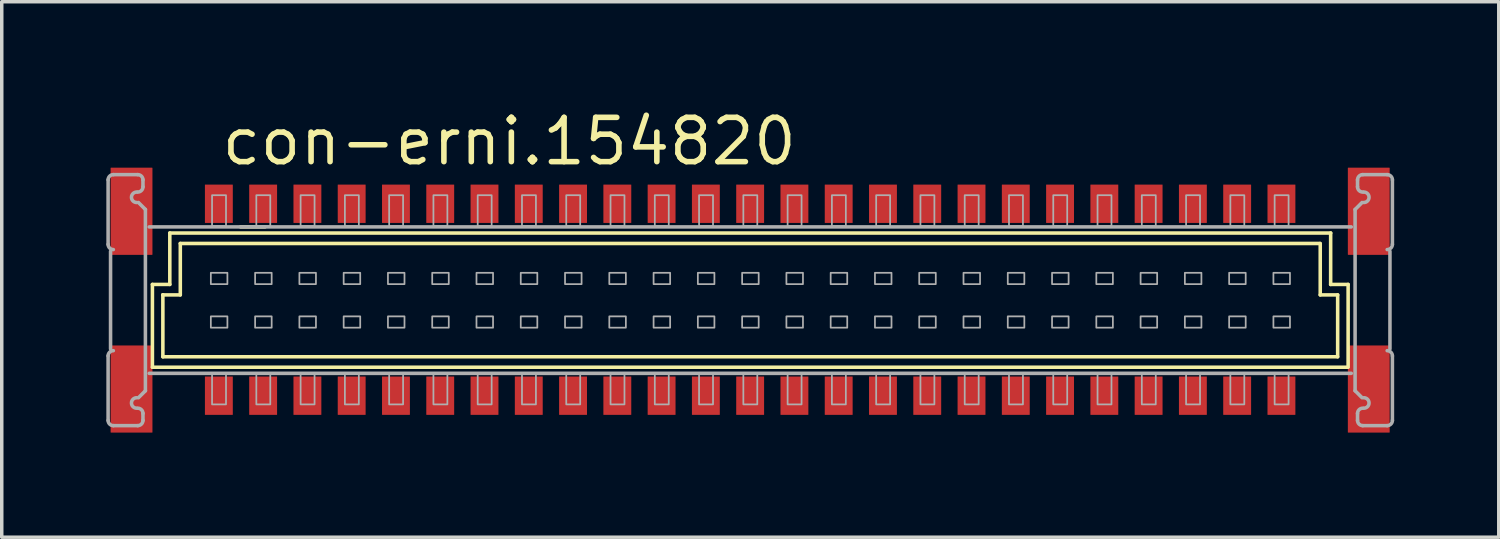
<source format=kicad_pcb>
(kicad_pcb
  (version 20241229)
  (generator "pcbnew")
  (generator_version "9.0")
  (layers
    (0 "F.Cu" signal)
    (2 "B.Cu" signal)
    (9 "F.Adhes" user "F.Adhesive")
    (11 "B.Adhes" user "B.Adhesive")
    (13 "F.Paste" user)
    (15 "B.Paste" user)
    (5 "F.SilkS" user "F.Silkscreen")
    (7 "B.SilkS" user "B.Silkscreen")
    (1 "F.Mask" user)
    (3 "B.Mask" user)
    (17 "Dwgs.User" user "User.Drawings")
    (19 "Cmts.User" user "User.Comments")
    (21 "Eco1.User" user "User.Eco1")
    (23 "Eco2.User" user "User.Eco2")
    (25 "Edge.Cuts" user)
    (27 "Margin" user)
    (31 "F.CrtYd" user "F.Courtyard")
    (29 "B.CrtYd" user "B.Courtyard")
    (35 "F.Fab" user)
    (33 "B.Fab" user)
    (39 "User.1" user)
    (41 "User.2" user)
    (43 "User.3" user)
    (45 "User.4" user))
  (footprint "con-erni.154820"
    (layer "F.Cu")
    (at 18.468 5.56)
    (property "Reference" "con-erni.154820" (at -15.24 -3.81 0) (layer "F.SilkS") (effects (font (size 1.27 1.27) (thickness 0.16)) (justify left bottom)))
    (attr smd)
    (fp_line (start -17.146 1.924) (end -17.146 -0.451) (stroke (width 0.102) (type default)) (layer "F.SilkS"))
    (fp_line (start -16.846 -0.151) (end -16.847 -0.151) (stroke (width 0.102) (type default)) (layer "F.SilkS"))
    (fp_line (start -16.846 1.624) (end -16.846 -0.151) (stroke (width 0.102) (type default)) (layer "F.SilkS"))
    (fp_line (start -16.846 1.624) (end 16.852 1.624) (stroke (width 0.102) (type default)) (layer "F.SilkS"))
    (fp_line (start -16.647 -1.926) (end -16.647 -0.451) (stroke (width 0.102) (type default)) (layer "F.SilkS"))
    (fp_line (start -16.647 -0.451) (end -17.146 -0.451) (stroke (width 0.102) (type default)) (layer "F.SilkS"))
    (fp_line (start -16.347 -0.151) (end -16.846 -0.151) (stroke (width 0.102) (type default)) (layer "F.SilkS"))
    (fp_line (start -16.346 -0.151) (end -16.346 -1.626) (stroke (width 0.102) (type default)) (layer "F.SilkS"))
    (fp_line (start -14.617 -2.101) (end -13.917 -2.101) (stroke (width 0.102) (type default)) (layer "F.SilkS"))
    (fp_line (start 16.343 -1.626) (end -16.346 -1.626) (stroke (width 0.102) (type default)) (layer "F.SilkS"))
    (fp_line (start 16.353 -0.151) (end 16.353 -1.626) (stroke (width 0.102) (type default)) (layer "F.SilkS"))
    (fp_line (start 16.652 -0.451) (end 16.652 -1.926) (stroke (width 0.102) (type default)) (layer "F.SilkS"))
    (fp_line (start 16.652 -0.451) (end 17.152 -0.451) (stroke (width 0.102) (type default)) (layer "F.SilkS"))
    (fp_line (start 16.653 -1.926) (end -16.647 -1.926) (stroke (width 0.102) (type default)) (layer "F.SilkS"))
    (fp_line (start 16.853 -0.151) (end 16.353 -0.151) (stroke (width 0.102) (type default)) (layer "F.SilkS"))
    (fp_line (start 16.853 1.624) (end 16.853 -0.151) (stroke (width 0.102) (type default)) (layer "F.SilkS"))
    (fp_line (start 17.133 1.924) (end -17.146 1.924) (stroke (width 0.102) (type default)) (layer "F.SilkS"))
    (fp_line (start 17.153 1.924) (end 17.153 -0.451) (stroke (width 0.102) (type default)) (layer "F.SilkS"))
    (fp_circle (center -17.447 -0.008) (end -16.646 -0.008) (stroke (width 0.001) (type default)) (fill no) (layer "F.SilkS"))
    (fp_circle (center 17.453 -0.008) (end 18.253 -0.008) (stroke (width 0.001) (type default)) (fill no) (layer "F.SilkS"))
    (fp_line (start -18.417 -1.601) (end -18.417 -3.451) (stroke (width 0.102) (type default)) (layer "F.Fab"))
    (fp_line (start -18.417 3.449) (end -18.417 1.599) (stroke (width 0.102) (type default)) (layer "F.Fab"))
    (fp_line (start -18.347 -1.401) (end -18.347 1.399) (stroke (width 0.102) (type default)) (layer "F.Fab"))
    (fp_line (start -18.267 -3.601) (end -17.567 -3.601) (stroke (width 0.102) (type default)) (layer "F.Fab"))
    (fp_line (start -17.567 3.599) (end -18.267 3.599) (stroke (width 0.102) (type default)) (layer "F.Fab"))
    (fp_line (start -17.547 -2.801) (end -17.347 -2.601) (stroke (width 0.102) (type default)) (layer "F.Fab"))
    (fp_line (start -17.417 -3.451) (end -17.417 -3.251) (stroke (width 0.102) (type default)) (layer "F.Fab"))
    (fp_line (start -17.417 3.249) (end -17.417 3.449) (stroke (width 0.102) (type default)) (layer "F.Fab"))
    (fp_line (start -17.347 -2.601) (end -17.347 2.599) (stroke (width 0.102) (type default)) (layer "F.Fab"))
    (fp_line (start -17.347 2.599) (end -17.547 2.799) (stroke (width 0.102) (type default)) (layer "F.Fab"))
    (fp_line (start 17.243 -2.101) (end -17.237 -2.101) (stroke (width 0.102) (type default)) (layer "F.Fab"))
    (fp_line (start 17.243 2.099) (end -17.237 2.099) (stroke (width 0.102) (type default)) (layer "F.Fab"))
    (fp_line (start 17.353 -2.601) (end 17.353 2.599) (stroke (width 0.102) (type default)) (layer "F.Fab"))
    (fp_line (start 17.353 2.599) (end 17.553 2.799) (stroke (width 0.102) (type default)) (layer "F.Fab"))
    (fp_line (start 17.423 -3.451) (end 17.423 -3.251) (stroke (width 0.102) (type default)) (layer "F.Fab"))
    (fp_line (start 17.423 3.249) (end 17.423 3.449) (stroke (width 0.102) (type default)) (layer "F.Fab"))
    (fp_line (start 17.553 -2.801) (end 17.353 -2.601) (stroke (width 0.102) (type default)) (layer "F.Fab"))
    (fp_line (start 17.573 3.599) (end 18.273 3.599) (stroke (width 0.102) (type default)) (layer "F.Fab"))
    (fp_line (start 18.273 -3.601) (end 17.573 -3.601) (stroke (width 0.102) (type default)) (layer "F.Fab"))
    (fp_line (start 18.353 -1.401) (end 18.353 1.399) (stroke (width 0.102) (type default)) (layer "F.Fab"))
    (fp_line (start 18.423 -1.601) (end 18.423 -3.451) (stroke (width 0.102) (type default)) (layer "F.Fab"))
    (fp_line (start 18.423 3.449) (end 18.423 1.599) (stroke (width 0.102) (type default)) (layer "F.Fab"))
    (fp_rect (start -15.47 -0.46) (end -14.995 -0.785) (stroke (width 0.05) (type default)) (fill no) (layer "F.Fab"))
    (fp_rect (start -15.47 0.79) (end -14.995 0.465) (stroke (width 0.05) (type default)) (fill no) (layer "F.Fab"))
    (fp_rect (start -15.435 -2.125) (end -15.035 -3.01) (stroke (width 0.05) (type default)) (fill no) (layer "F.Fab"))
    (fp_rect (start -15.435 2.99) (end -15.035 2.1) (stroke (width 0.05) (type default)) (fill no) (layer "F.Fab"))
    (fp_rect (start -14.2 -0.46) (end -13.725 -0.785) (stroke (width 0.05) (type default)) (fill no) (layer "F.Fab"))
    (fp_rect (start -14.2 0.79) (end -13.725 0.465) (stroke (width 0.05) (type default)) (fill no) (layer "F.Fab"))
    (fp_rect (start -14.165 -2.125) (end -13.765 -3.01) (stroke (width 0.05) (type default)) (fill no) (layer "F.Fab"))
    (fp_rect (start -14.165 2.99) (end -13.765 2.1) (stroke (width 0.05) (type default)) (fill no) (layer "F.Fab"))
    (fp_rect (start -12.93 -0.46) (end -12.455 -0.785) (stroke (width 0.05) (type default)) (fill no) (layer "F.Fab"))
    (fp_rect (start -12.93 0.79) (end -12.455 0.465) (stroke (width 0.05) (type default)) (fill no) (layer "F.Fab"))
    (fp_rect (start -12.895 -2.125) (end -12.495 -3.01) (stroke (width 0.05) (type default)) (fill no) (layer "F.Fab"))
    (fp_rect (start -12.895 2.99) (end -12.495 2.1) (stroke (width 0.05) (type default)) (fill no) (layer "F.Fab"))
    (fp_rect (start -11.66 -0.46) (end -11.185 -0.785) (stroke (width 0.05) (type default)) (fill no) (layer "F.Fab"))
    (fp_rect (start -11.66 0.79) (end -11.185 0.465) (stroke (width 0.05) (type default)) (fill no) (layer "F.Fab"))
    (fp_rect (start -11.625 -2.125) (end -11.225 -3.01) (stroke (width 0.05) (type default)) (fill no) (layer "F.Fab"))
    (fp_rect (start -11.625 2.99) (end -11.225 2.1) (stroke (width 0.05) (type default)) (fill no) (layer "F.Fab"))
    (fp_rect (start -10.39 -0.46) (end -9.915 -0.785) (stroke (width 0.05) (type default)) (fill no) (layer "F.Fab"))
    (fp_rect (start -10.39 0.79) (end -9.915 0.465) (stroke (width 0.05) (type default)) (fill no) (layer "F.Fab"))
    (fp_rect (start -10.355 -2.125) (end -9.955 -3.01) (stroke (width 0.05) (type default)) (fill no) (layer "F.Fab"))
    (fp_rect (start -10.355 2.99) (end -9.955 2.1) (stroke (width 0.05) (type default)) (fill no) (layer "F.Fab"))
    (fp_rect (start -9.12 -0.46) (end -8.645 -0.785) (stroke (width 0.05) (type default)) (fill no) (layer "F.Fab"))
    (fp_rect (start -9.12 0.79) (end -8.645 0.465) (stroke (width 0.05) (type default)) (fill no) (layer "F.Fab"))
    (fp_rect (start -9.085 -2.125) (end -8.685 -3.01) (stroke (width 0.05) (type default)) (fill no) (layer "F.Fab"))
    (fp_rect (start -9.085 2.99) (end -8.685 2.1) (stroke (width 0.05) (type default)) (fill no) (layer "F.Fab"))
    (fp_rect (start -7.85 -0.46) (end -7.375 -0.785) (stroke (width 0.05) (type default)) (fill no) (layer "F.Fab"))
    (fp_rect (start -7.85 0.79) (end -7.375 0.465) (stroke (width 0.05) (type default)) (fill no) (layer "F.Fab"))
    (fp_rect (start -7.815 -2.125) (end -7.415 -3.01) (stroke (width 0.05) (type default)) (fill no) (layer "F.Fab"))
    (fp_rect (start -7.815 2.99) (end -7.415 2.1) (stroke (width 0.05) (type default)) (fill no) (layer "F.Fab"))
    (fp_rect (start -6.58 -0.46) (end -6.105 -0.785) (stroke (width 0.05) (type default)) (fill no) (layer "F.Fab"))
    (fp_rect (start -6.58 0.79) (end -6.105 0.465) (stroke (width 0.05) (type default)) (fill no) (layer "F.Fab"))
    (fp_rect (start -6.545 -2.125) (end -6.145 -3.01) (stroke (width 0.05) (type default)) (fill no) (layer "F.Fab"))
    (fp_rect (start -6.545 2.99) (end -6.145 2.1) (stroke (width 0.05) (type default)) (fill no) (layer "F.Fab"))
    (fp_rect (start -5.31 -0.46) (end -4.835 -0.785) (stroke (width 0.05) (type default)) (fill no) (layer "F.Fab"))
    (fp_rect (start -5.31 0.79) (end -4.835 0.465) (stroke (width 0.05) (type default)) (fill no) (layer "F.Fab"))
    (fp_rect (start -5.275 -2.125) (end -4.875 -3.01) (stroke (width 0.05) (type default)) (fill no) (layer "F.Fab"))
    (fp_rect (start -5.275 2.99) (end -4.875 2.1) (stroke (width 0.05) (type default)) (fill no) (layer "F.Fab"))
    (fp_rect (start -4.04 -0.46) (end -3.565 -0.785) (stroke (width 0.05) (type default)) (fill no) (layer "F.Fab"))
    (fp_rect (start -4.04 0.79) (end -3.565 0.465) (stroke (width 0.05) (type default)) (fill no) (layer "F.Fab"))
    (fp_rect (start -4.005 -2.125) (end -3.605 -3.01) (stroke (width 0.05) (type default)) (fill no) (layer "F.Fab"))
    (fp_rect (start -4.005 2.99) (end -3.605 2.1) (stroke (width 0.05) (type default)) (fill no) (layer "F.Fab"))
    (fp_rect (start -2.77 -0.46) (end -2.295 -0.785) (stroke (width 0.05) (type default)) (fill no) (layer "F.Fab"))
    (fp_rect (start -2.77 0.79) (end -2.295 0.465) (stroke (width 0.05) (type default)) (fill no) (layer "F.Fab"))
    (fp_rect (start -2.735 -2.125) (end -2.335 -3.01) (stroke (width 0.05) (type default)) (fill no) (layer "F.Fab"))
    (fp_rect (start -2.735 2.99) (end -2.335 2.1) (stroke (width 0.05) (type default)) (fill no) (layer "F.Fab"))
    (fp_rect (start -1.5 -0.46) (end -1.025 -0.785) (stroke (width 0.05) (type default)) (fill no) (layer "F.Fab"))
    (fp_rect (start -1.5 0.79) (end -1.025 0.465) (stroke (width 0.05) (type default)) (fill no) (layer "F.Fab"))
    (fp_rect (start -1.465 -2.125) (end -1.065 -3.01) (stroke (width 0.05) (type default)) (fill no) (layer "F.Fab"))
    (fp_rect (start -1.465 2.99) (end -1.065 2.1) (stroke (width 0.05) (type default)) (fill no) (layer "F.Fab"))
    (fp_rect (start -0.23 -0.46) (end 0.245 -0.785) (stroke (width 0.05) (type default)) (fill no) (layer "F.Fab"))
    (fp_rect (start -0.23 0.79) (end 0.245 0.465) (stroke (width 0.05) (type default)) (fill no) (layer "F.Fab"))
    (fp_rect (start -0.195 -2.125) (end 0.205 -3.01) (stroke (width 0.05) (type default)) (fill no) (layer "F.Fab"))
    (fp_rect (start -0.195 2.99) (end 0.205 2.1) (stroke (width 0.05) (type default)) (fill no) (layer "F.Fab"))
    (fp_rect (start 1.04 -0.46) (end 1.515 -0.785) (stroke (width 0.05) (type default)) (fill no) (layer "F.Fab"))
    (fp_rect (start 1.04 0.79) (end 1.515 0.465) (stroke (width 0.05) (type default)) (fill no) (layer "F.Fab"))
    (fp_rect (start 1.075 -2.125) (end 1.475 -3.01) (stroke (width 0.05) (type default)) (fill no) (layer "F.Fab"))
    (fp_rect (start 1.075 2.99) (end 1.475 2.1) (stroke (width 0.05) (type default)) (fill no) (layer "F.Fab"))
    (fp_rect (start 2.31 -0.46) (end 2.785 -0.785) (stroke (width 0.05) (type default)) (fill no) (layer "F.Fab"))
    (fp_rect (start 2.31 0.79) (end 2.785 0.465) (stroke (width 0.05) (type default)) (fill no) (layer "F.Fab"))
    (fp_rect (start 2.345 -2.125) (end 2.745 -3.01) (stroke (width 0.05) (type default)) (fill no) (layer "F.Fab"))
    (fp_rect (start 2.345 2.99) (end 2.745 2.1) (stroke (width 0.05) (type default)) (fill no) (layer "F.Fab"))
    (fp_rect (start 3.58 -0.46) (end 4.055 -0.785) (stroke (width 0.05) (type default)) (fill no) (layer "F.Fab"))
    (fp_rect (start 3.58 0.79) (end 4.055 0.465) (stroke (width 0.05) (type default)) (fill no) (layer "F.Fab"))
    (fp_rect (start 3.615 -2.125) (end 4.015 -3.01) (stroke (width 0.05) (type default)) (fill no) (layer "F.Fab"))
    (fp_rect (start 3.615 2.99) (end 4.015 2.1) (stroke (width 0.05) (type default)) (fill no) (layer "F.Fab"))
    (fp_rect (start 4.85 -0.46) (end 5.325 -0.785) (stroke (width 0.05) (type default)) (fill no) (layer "F.Fab"))
    (fp_rect (start 4.85 0.79) (end 5.325 0.465) (stroke (width 0.05) (type default)) (fill no) (layer "F.Fab"))
    (fp_rect (start 4.885 -2.125) (end 5.285 -3.01) (stroke (width 0.05) (type default)) (fill no) (layer "F.Fab"))
    (fp_rect (start 4.885 2.99) (end 5.285 2.1) (stroke (width 0.05) (type default)) (fill no) (layer "F.Fab"))
    (fp_rect (start 6.12 -0.46) (end 6.595 -0.785) (stroke (width 0.05) (type default)) (fill no) (layer "F.Fab"))
    (fp_rect (start 6.12 0.79) (end 6.595 0.465) (stroke (width 0.05) (type default)) (fill no) (layer "F.Fab"))
    (fp_rect (start 6.155 -2.125) (end 6.555 -3.01) (stroke (width 0.05) (type default)) (fill no) (layer "F.Fab"))
    (fp_rect (start 6.155 2.99) (end 6.555 2.1) (stroke (width 0.05) (type default)) (fill no) (layer "F.Fab"))
    (fp_rect (start 7.39 -0.46) (end 7.865 -0.785) (stroke (width 0.05) (type default)) (fill no) (layer "F.Fab"))
    (fp_rect (start 7.39 0.79) (end 7.865 0.465) (stroke (width 0.05) (type default)) (fill no) (layer "F.Fab"))
    (fp_rect (start 7.425 -2.125) (end 7.825 -3.01) (stroke (width 0.05) (type default)) (fill no) (layer "F.Fab"))
    (fp_rect (start 7.425 2.99) (end 7.825 2.1) (stroke (width 0.05) (type default)) (fill no) (layer "F.Fab"))
    (fp_rect (start 8.66 -0.46) (end 9.135 -0.785) (stroke (width 0.05) (type default)) (fill no) (layer "F.Fab"))
    (fp_rect (start 8.66 0.79) (end 9.135 0.465) (stroke (width 0.05) (type default)) (fill no) (layer "F.Fab"))
    (fp_rect (start 8.695 -2.125) (end 9.095 -3.01) (stroke (width 0.05) (type default)) (fill no) (layer "F.Fab"))
    (fp_rect (start 8.695 2.99) (end 9.095 2.1) (stroke (width 0.05) (type default)) (fill no) (layer "F.Fab"))
    (fp_rect (start 9.93 -0.46) (end 10.405 -0.785) (stroke (width 0.05) (type default)) (fill no) (layer "F.Fab"))
    (fp_rect (start 9.93 0.79) (end 10.405 0.465) (stroke (width 0.05) (type default)) (fill no) (layer "F.Fab"))
    (fp_rect (start 9.965 -2.125) (end 10.365 -3.01) (stroke (width 0.05) (type default)) (fill no) (layer "F.Fab"))
    (fp_rect (start 9.965 2.99) (end 10.365 2.1) (stroke (width 0.05) (type default)) (fill no) (layer "F.Fab"))
    (fp_rect (start 11.2 -0.46) (end 11.675 -0.785) (stroke (width 0.05) (type default)) (fill no) (layer "F.Fab"))
    (fp_rect (start 11.2 0.79) (end 11.675 0.465) (stroke (width 0.05) (type default)) (fill no) (layer "F.Fab"))
    (fp_rect (start 11.235 -2.125) (end 11.635 -3.01) (stroke (width 0.05) (type default)) (fill no) (layer "F.Fab"))
    (fp_rect (start 11.235 2.99) (end 11.635 2.1) (stroke (width 0.05) (type default)) (fill no) (layer "F.Fab"))
    (fp_rect (start 12.47 -0.46) (end 12.945 -0.785) (stroke (width 0.05) (type default)) (fill no) (layer "F.Fab"))
    (fp_rect (start 12.47 0.79) (end 12.945 0.465) (stroke (width 0.05) (type default)) (fill no) (layer "F.Fab"))
    (fp_rect (start 12.505 -2.125) (end 12.905 -3.01) (stroke (width 0.05) (type default)) (fill no) (layer "F.Fab"))
    (fp_rect (start 12.505 2.99) (end 12.905 2.1) (stroke (width 0.05) (type default)) (fill no) (layer "F.Fab"))
    (fp_rect (start 13.74 -0.46) (end 14.215 -0.785) (stroke (width 0.05) (type default)) (fill no) (layer "F.Fab"))
    (fp_rect (start 13.74 0.79) (end 14.215 0.465) (stroke (width 0.05) (type default)) (fill no) (layer "F.Fab"))
    (fp_rect (start 13.775 -2.125) (end 14.175 -3.01) (stroke (width 0.05) (type default)) (fill no) (layer "F.Fab"))
    (fp_rect (start 13.775 2.99) (end 14.175 2.1) (stroke (width 0.05) (type default)) (fill no) (layer "F.Fab"))
    (fp_rect (start 15.01 -0.46) (end 15.485 -0.785) (stroke (width 0.05) (type default)) (fill no) (layer "F.Fab"))
    (fp_rect (start 15.01 0.79) (end 15.485 0.465) (stroke (width 0.05) (type default)) (fill no) (layer "F.Fab"))
    (fp_rect (start 15.045 -2.125) (end 15.445 -3.01) (stroke (width 0.05) (type default)) (fill no) (layer "F.Fab"))
    (fp_rect (start 15.045 2.99) (end 15.445 2.1) (stroke (width 0.05) (type default)) (fill no) (layer "F.Fab"))
    (fp_arc (start -18.4169 -3.4508) (mid -18.372966 -3.556866) (end -18.2669 -3.6008) (stroke (width 0.1016) (type default)) (layer "F.Fab"))
    (fp_arc (start -18.4169 1.5992) (mid -18.372966 1.493134) (end -18.2669 1.4492) (stroke (width 0.1016) (type default)) (layer "F.Fab"))
    (fp_arc (start -18.2669 -1.4508) (mid -18.372966 -1.494734) (end -18.4169 -1.6008) (stroke (width 0.1016) (type default)) (layer "F.Fab"))
    (fp_arc (start -18.2669 3.5992) (mid -18.372966 3.555266) (end -18.4169 3.4492) (stroke (width 0.1016) (type default)) (layer "F.Fab"))
    (fp_arc (start -17.5969 -2.8008) (mid -17.7469 -2.9508) (end -17.5969 -3.1008) (stroke (width 0.1016) (type default)) (layer "F.Fab"))
    (fp_arc (start -17.5969 3.0992) (mid -17.7469 2.9492) (end -17.5969 2.7992) (stroke (width 0.1016) (type default)) (layer "F.Fab"))
    (fp_arc (start -17.5669 -3.6008) (mid -17.460834 -3.556866) (end -17.4169 -3.4508) (stroke (width 0.1016) (type default)) (layer "F.Fab"))
    (fp_arc (start -17.5669 3.0992) (mid -17.460834 3.143134) (end -17.4169 3.2492) (stroke (width 0.1016) (type default)) (layer "F.Fab"))
    (fp_arc (start -17.4169 -3.2508) (mid -17.460834 -3.144734) (end -17.5669 -3.1008) (stroke (width 0.1016) (type default)) (layer "F.Fab"))
    (fp_arc (start -17.4169 3.4492) (mid -17.460834 3.555266) (end -17.5669 3.5992) (stroke (width 0.1016) (type default)) (layer "F.Fab"))
    (fp_arc (start 17.4231 -3.4508) (mid 17.467034 -3.556866) (end 17.5731 -3.6008) (stroke (width 0.1016) (type default)) (layer "F.Fab"))
    (fp_arc (start 17.4231 3.2492) (mid 17.467034 3.143134) (end 17.5731 3.0992) (stroke (width 0.1016) (type default)) (layer "F.Fab"))
    (fp_arc (start 17.5731 -3.1008) (mid 17.467034 -3.144734) (end 17.4231 -3.2508) (stroke (width 0.1016) (type default)) (layer "F.Fab"))
    (fp_arc (start 17.5731 3.5992) (mid 17.467034 3.555266) (end 17.4231 3.4492) (stroke (width 0.1016) (type default)) (layer "F.Fab"))
    (fp_arc (start 17.6031 -3.1008) (mid 17.7531 -2.9508) (end 17.6031 -2.8008) (stroke (width 0.1016) (type default)) (layer "F.Fab"))
    (fp_arc (start 17.6031 2.7992) (mid 17.7531 2.9492) (end 17.6031 3.0992) (stroke (width 0.1016) (type default)) (layer "F.Fab"))
    (fp_arc (start 18.2731 -3.6008) (mid 18.379166 -3.556866) (end 18.4231 -3.4508) (stroke (width 0.1016) (type default)) (layer "F.Fab"))
    (fp_arc (start 18.2731 1.4492) (mid 18.379166 1.493134) (end 18.4231 1.5992) (stroke (width 0.1016) (type default)) (layer "F.Fab"))
    (fp_arc (start 18.4231 -1.6008) (mid 18.379166 -1.494734) (end 18.2731 -1.4508) (stroke (width 0.1016) (type default)) (layer "F.Fab"))
    (fp_arc (start 18.4231 3.4492) (mid 18.379166 3.555266) (end 18.2731 3.5992) (stroke (width 0.1016) (type default)) (layer "F.Fab"))
    (pad "A1" smd roundrect (at -15.24 -2.765 180) (size 0.8 1.1) (layers "F.Cu" "F.Mask" "F.Paste") (roundrect_rratio 0.01))
    (pad "A2" smd roundrect (at -13.97 -2.765 180) (size 0.8 1.1) (layers "F.Cu" "F.Mask" "F.Paste") (roundrect_rratio 0.01))
    (pad "A3" smd roundrect (at -12.7 -2.765 180) (size 0.8 1.1) (layers "F.Cu" "F.Mask" "F.Paste") (roundrect_rratio 0.01))
    (pad "A4" smd roundrect (at -11.43 -2.765 180) (size 0.8 1.1) (layers "F.Cu" "F.Mask" "F.Paste") (roundrect_rratio 0.01))
    (pad "A5" smd roundrect (at -10.16 -2.765 180) (size 0.8 1.1) (layers "F.Cu" "F.Mask" "F.Paste") (roundrect_rratio 0.01))
    (pad "A6" smd roundrect (at -8.89 -2.765 180) (size 0.8 1.1) (layers "F.Cu" "F.Mask" "F.Paste") (roundrect_rratio 0.01))
    (pad "A7" smd roundrect (at -7.62 -2.765 180) (size 0.8 1.1) (layers "F.Cu" "F.Mask" "F.Paste") (roundrect_rratio 0.01))
    (pad "A8" smd roundrect (at -6.35 -2.765 180) (size 0.8 1.1) (layers "F.Cu" "F.Mask" "F.Paste") (roundrect_rratio 0.01))
    (pad "A9" smd roundrect (at -5.08 -2.765 180) (size 0.8 1.1) (layers "F.Cu" "F.Mask" "F.Paste") (roundrect_rratio 0.01))
    (pad "A10" smd roundrect (at -3.81 -2.765 180) (size 0.8 1.1) (layers "F.Cu" "F.Mask" "F.Paste") (roundrect_rratio 0.01))
    (pad "A11" smd roundrect (at -2.54 -2.765 180) (size 0.8 1.1) (layers "F.Cu" "F.Mask" "F.Paste") (roundrect_rratio 0.01))
    (pad "A12" smd roundrect (at -1.27 -2.765 180) (size 0.8 1.1) (layers "F.Cu" "F.Mask" "F.Paste") (roundrect_rratio 0.01))
    (pad "A13" smd roundrect (at 0 -2.765 180) (size 0.8 1.1) (layers "F.Cu" "F.Mask" "F.Paste") (roundrect_rratio 0.01))
    (pad "A14" smd roundrect (at 1.27 -2.765 180) (size 0.8 1.1) (layers "F.Cu" "F.Mask" "F.Paste") (roundrect_rratio 0.01))
    (pad "A15" smd roundrect (at 2.54 -2.765 180) (size 0.8 1.1) (layers "F.Cu" "F.Mask" "F.Paste") (roundrect_rratio 0.01))
    (pad "A16" smd roundrect (at 3.81 -2.765 180) (size 0.8 1.1) (layers "F.Cu" "F.Mask" "F.Paste") (roundrect_rratio 0.01))
    (pad "A17" smd roundrect (at 5.08 -2.765 180) (size 0.8 1.1) (layers "F.Cu" "F.Mask" "F.Paste") (roundrect_rratio 0.01))
    (pad "A18" smd roundrect (at 6.35 -2.765 180) (size 0.8 1.1) (layers "F.Cu" "F.Mask" "F.Paste") (roundrect_rratio 0.01))
    (pad "A19" smd roundrect (at 7.62 -2.765 180) (size 0.8 1.1) (layers "F.Cu" "F.Mask" "F.Paste") (roundrect_rratio 0.01))
    (pad "A20" smd roundrect (at 8.89 -2.765 180) (size 0.8 1.1) (layers "F.Cu" "F.Mask" "F.Paste") (roundrect_rratio 0.01))
    (pad "A21" smd roundrect (at 10.16 -2.765 180) (size 0.8 1.1) (layers "F.Cu" "F.Mask" "F.Paste") (roundrect_rratio 0.01))
    (pad "A22" smd roundrect (at 11.43 -2.765 180) (size 0.8 1.1) (layers "F.Cu" "F.Mask" "F.Paste") (roundrect_rratio 0.01))
    (pad "A23" smd roundrect (at 12.7 -2.765 180) (size 0.8 1.1) (layers "F.Cu" "F.Mask" "F.Paste") (roundrect_rratio 0.01))
    (pad "A24" smd roundrect (at 13.97 -2.765 180) (size 0.8 1.1) (layers "F.Cu" "F.Mask" "F.Paste") (roundrect_rratio 0.01))
    (pad "A25" smd roundrect (at 15.24 -2.765 180) (size 0.8 1.1) (layers "F.Cu" "F.Mask" "F.Paste") (roundrect_rratio 0.01))
    (pad "B1" smd roundrect (at -15.24 2.74 180) (size 0.8 1.1) (layers "F.Cu" "F.Mask" "F.Paste") (roundrect_rratio 0.01))
    (pad "B2" smd roundrect (at -13.97 2.74 180) (size 0.8 1.1) (layers "F.Cu" "F.Mask" "F.Paste") (roundrect_rratio 0.01))
    (pad "B3" smd roundrect (at -12.7 2.74 180) (size 0.8 1.1) (layers "F.Cu" "F.Mask" "F.Paste") (roundrect_rratio 0.01))
    (pad "B4" smd roundrect (at -11.43 2.74 180) (size 0.8 1.1) (layers "F.Cu" "F.Mask" "F.Paste") (roundrect_rratio 0.01))
    (pad "B5" smd roundrect (at -10.16 2.74 180) (size 0.8 1.1) (layers "F.Cu" "F.Mask" "F.Paste") (roundrect_rratio 0.01))
    (pad "B6" smd roundrect (at -8.89 2.74 180) (size 0.8 1.1) (layers "F.Cu" "F.Mask" "F.Paste") (roundrect_rratio 0.01))
    (pad "B7" smd roundrect (at -7.62 2.74 180) (size 0.8 1.1) (layers "F.Cu" "F.Mask" "F.Paste") (roundrect_rratio 0.01))
    (pad "B8" smd roundrect (at -6.35 2.74 180) (size 0.8 1.1) (layers "F.Cu" "F.Mask" "F.Paste") (roundrect_rratio 0.01))
    (pad "B9" smd roundrect (at -5.08 2.74 180) (size 0.8 1.1) (layers "F.Cu" "F.Mask" "F.Paste") (roundrect_rratio 0.01))
    (pad "B10" smd roundrect (at -3.81 2.74 180) (size 0.8 1.1) (layers "F.Cu" "F.Mask" "F.Paste") (roundrect_rratio 0.01))
    (pad "B11" smd roundrect (at -2.54 2.74 180) (size 0.8 1.1) (layers "F.Cu" "F.Mask" "F.Paste") (roundrect_rratio 0.01))
    (pad "B12" smd roundrect (at -1.27 2.74 180) (size 0.8 1.1) (layers "F.Cu" "F.Mask" "F.Paste") (roundrect_rratio 0.01))
    (pad "B13" smd roundrect (at 0 2.74 180) (size 0.8 1.1) (layers "F.Cu" "F.Mask" "F.Paste") (roundrect_rratio 0.01))
    (pad "B14" smd roundrect (at 1.27 2.74 180) (size 0.8 1.1) (layers "F.Cu" "F.Mask" "F.Paste") (roundrect_rratio 0.01))
    (pad "B15" smd roundrect (at 2.54 2.74 180) (size 0.8 1.1) (layers "F.Cu" "F.Mask" "F.Paste") (roundrect_rratio 0.01))
    (pad "B16" smd roundrect (at 3.81 2.74 180) (size 0.8 1.1) (layers "F.Cu" "F.Mask" "F.Paste") (roundrect_rratio 0.01))
    (pad "B17" smd roundrect (at 5.08 2.74 180) (size 0.8 1.1) (layers "F.Cu" "F.Mask" "F.Paste") (roundrect_rratio 0.01))
    (pad "B18" smd roundrect (at 6.35 2.74 180) (size 0.8 1.1) (layers "F.Cu" "F.Mask" "F.Paste") (roundrect_rratio 0.01))
    (pad "B19" smd roundrect (at 7.62 2.74 180) (size 0.8 1.1) (layers "F.Cu" "F.Mask" "F.Paste") (roundrect_rratio 0.01))
    (pad "B20" smd roundrect (at 8.89 2.74 180) (size 0.8 1.1) (layers "F.Cu" "F.Mask" "F.Paste") (roundrect_rratio 0.01))
    (pad "B21" smd roundrect (at 10.16 2.74 180) (size 0.8 1.1) (layers "F.Cu" "F.Mask" "F.Paste") (roundrect_rratio 0.01))
    (pad "B22" smd roundrect (at 11.43 2.74 180) (size 0.8 1.1) (layers "F.Cu" "F.Mask" "F.Paste") (roundrect_rratio 0.01))
    (pad "B23" smd roundrect (at 12.7 2.74 180) (size 0.8 1.1) (layers "F.Cu" "F.Mask" "F.Paste") (roundrect_rratio 0.01))
    (pad "B24" smd roundrect (at 13.97 2.74 180) (size 0.8 1.1) (layers "F.Cu" "F.Mask" "F.Paste") (roundrect_rratio 0.01))
    (pad "B25" smd roundrect (at 15.24 2.74 180) (size 0.8 1.1) (layers "F.Cu" "F.Mask" "F.Paste") (roundrect_rratio 0.01))
    (pad "M1" smd roundrect (at -17.745 -2.55 180) (size 1.2 2.5) (layers "F.Cu" "F.Mask" "F.Paste") (roundrect_rratio 0.01))
    (pad "M2" smd roundrect (at -17.745 2.55 180) (size 1.2 2.5) (layers "F.Cu" "F.Mask" "F.Paste") (roundrect_rratio 0.01))
    (pad "M3" smd roundrect (at 17.745 2.55) (size 1.2 2.5) (layers "F.Cu" "F.Mask" "F.Paste") (roundrect_rratio 0.01))
    (pad "M4" smd roundrect (at 17.745 -2.55) (size 1.2 2.5) (layers "F.Cu" "F.Mask" "F.Paste") (roundrect_rratio 0.01)))
  (gr_rect
    (start -3 -3)
    (end 39.942 12.36)
    (stroke (width 0.1) (type default))
    (fill no)
    (layer "Edge.Cuts")))
</source>
